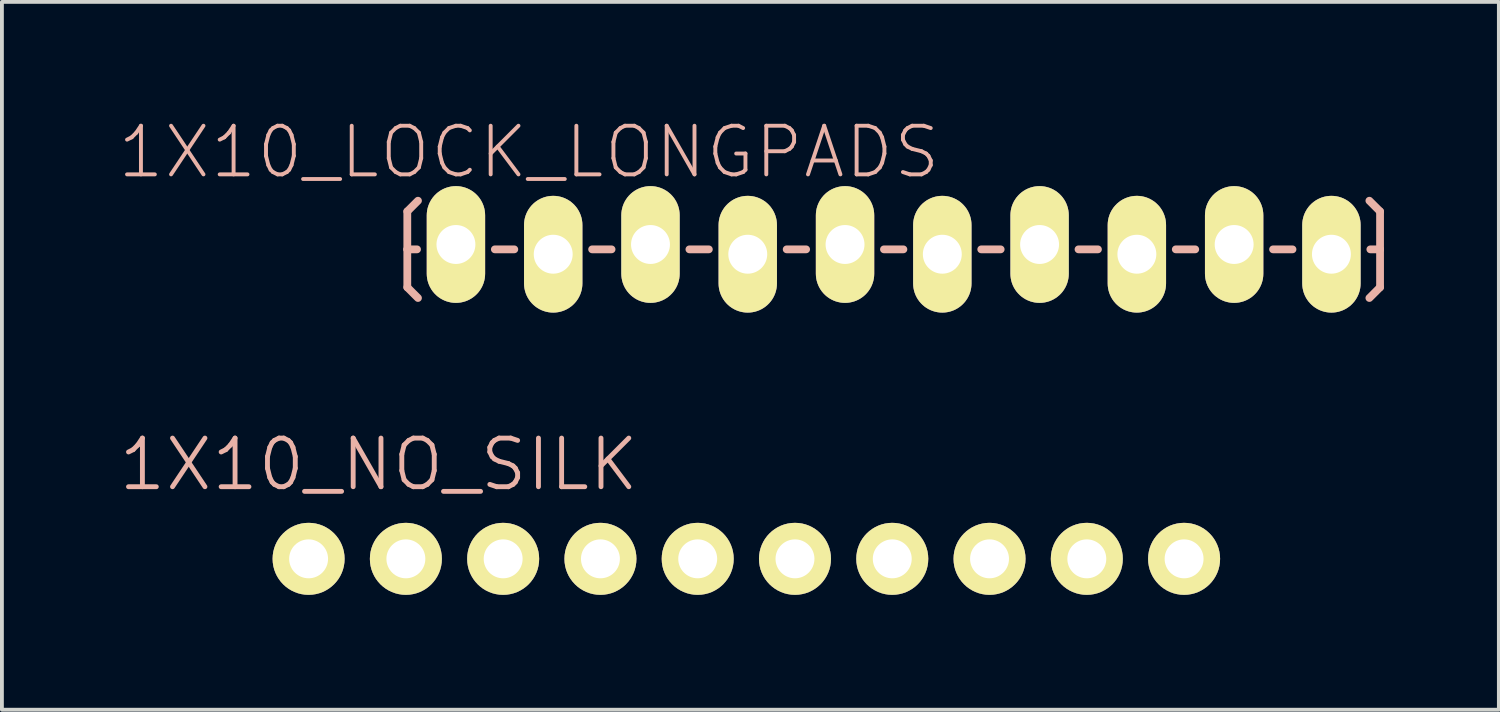
<source format=kicad_pcb>
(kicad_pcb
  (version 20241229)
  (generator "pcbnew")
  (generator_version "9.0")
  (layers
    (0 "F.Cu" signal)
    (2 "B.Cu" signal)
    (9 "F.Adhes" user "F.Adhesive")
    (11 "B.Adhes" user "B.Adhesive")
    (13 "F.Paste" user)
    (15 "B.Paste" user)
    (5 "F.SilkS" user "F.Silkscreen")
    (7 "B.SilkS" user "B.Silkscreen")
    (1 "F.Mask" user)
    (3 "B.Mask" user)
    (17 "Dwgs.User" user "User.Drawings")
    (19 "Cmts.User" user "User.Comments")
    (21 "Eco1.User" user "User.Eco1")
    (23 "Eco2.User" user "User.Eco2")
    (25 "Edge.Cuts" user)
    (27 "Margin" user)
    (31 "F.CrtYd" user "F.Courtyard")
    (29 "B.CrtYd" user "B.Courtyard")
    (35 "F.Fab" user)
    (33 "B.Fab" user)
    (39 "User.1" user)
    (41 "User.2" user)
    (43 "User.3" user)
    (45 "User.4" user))
  (footprint "1X10_NO_SILK"
    (layer "F.Cu")
    (at 5.008 11.542)
    (property "Reference" "1X10_NO_SILK" (at 1.829 -2.464 0) (layer "B.SilkS") (effects (font (size 1.27 1.27) (thickness 0.127))))
    (attr exclude_from_pos_files exclude_from_bom)
    (fp_line (start -0.254 -0.254) (end 0.254 -0.254) (stroke (width 0.066) (type solid)) (layer "F.SilkS"))
    (fp_line (start -0.254 0.254) (end -0.254 -0.254) (stroke (width 0.066) (type solid)) (layer "F.SilkS"))
    (fp_line (start -0.254 0.254) (end 0.254 0.254) (stroke (width 0.066) (type solid)) (layer "F.SilkS"))
    (fp_line (start 0.254 0.254) (end 0.254 -0.254) (stroke (width 0.066) (type solid)) (layer "F.SilkS"))
    (fp_line (start 2.286 -0.254) (end 2.794 -0.254) (stroke (width 0.066) (type solid)) (layer "F.SilkS"))
    (fp_line (start 2.286 0.254) (end 2.286 -0.254) (stroke (width 0.066) (type solid)) (layer "F.SilkS"))
    (fp_line (start 2.286 0.254) (end 2.794 0.254) (stroke (width 0.066) (type solid)) (layer "F.SilkS"))
    (fp_line (start 2.794 0.254) (end 2.794 -0.254) (stroke (width 0.066) (type solid)) (layer "F.SilkS"))
    (fp_line (start 4.826 -0.254) (end 5.334 -0.254) (stroke (width 0.066) (type solid)) (layer "F.SilkS"))
    (fp_line (start 4.826 0.254) (end 4.826 -0.254) (stroke (width 0.066) (type solid)) (layer "F.SilkS"))
    (fp_line (start 4.826 0.254) (end 5.334 0.254) (stroke (width 0.066) (type solid)) (layer "F.SilkS"))
    (fp_line (start 5.334 0.254) (end 5.334 -0.254) (stroke (width 0.066) (type solid)) (layer "F.SilkS"))
    (fp_line (start 7.366 -0.254) (end 7.874 -0.254) (stroke (width 0.066) (type solid)) (layer "F.SilkS"))
    (fp_line (start 7.366 0.254) (end 7.366 -0.254) (stroke (width 0.066) (type solid)) (layer "F.SilkS"))
    (fp_line (start 7.366 0.254) (end 7.874 0.254) (stroke (width 0.066) (type solid)) (layer "F.SilkS"))
    (fp_line (start 7.874 0.254) (end 7.874 -0.254) (stroke (width 0.066) (type solid)) (layer "F.SilkS"))
    (fp_line (start 9.906 -0.254) (end 10.414 -0.254) (stroke (width 0.066) (type solid)) (layer "F.SilkS"))
    (fp_line (start 9.906 0.254) (end 9.906 -0.254) (stroke (width 0.066) (type solid)) (layer "F.SilkS"))
    (fp_line (start 9.906 0.254) (end 10.414 0.254) (stroke (width 0.066) (type solid)) (layer "F.SilkS"))
    (fp_line (start 10.414 0.254) (end 10.414 -0.254) (stroke (width 0.066) (type solid)) (layer "F.SilkS"))
    (fp_line (start 12.446 -0.254) (end 12.954 -0.254) (stroke (width 0.066) (type solid)) (layer "F.SilkS"))
    (fp_line (start 12.446 0.254) (end 12.446 -0.254) (stroke (width 0.066) (type solid)) (layer "F.SilkS"))
    (fp_line (start 12.446 0.254) (end 12.954 0.254) (stroke (width 0.066) (type solid)) (layer "F.SilkS"))
    (fp_line (start 12.954 0.254) (end 12.954 -0.254) (stroke (width 0.066) (type solid)) (layer "F.SilkS"))
    (fp_line (start 14.986 -0.254) (end 15.494 -0.254) (stroke (width 0.066) (type solid)) (layer "F.SilkS"))
    (fp_line (start 14.986 0.254) (end 14.986 -0.254) (stroke (width 0.066) (type solid)) (layer "F.SilkS"))
    (fp_line (start 14.986 0.254) (end 15.494 0.254) (stroke (width 0.066) (type solid)) (layer "F.SilkS"))
    (fp_line (start 15.494 0.254) (end 15.494 -0.254) (stroke (width 0.066) (type solid)) (layer "F.SilkS"))
    (fp_line (start 17.523 -0.254) (end 18.034 -0.254) (stroke (width 0.066) (type solid)) (layer "F.SilkS"))
    (fp_line (start 17.523 0.254) (end 17.523 -0.254) (stroke (width 0.066) (type solid)) (layer "F.SilkS"))
    (fp_line (start 17.523 0.254) (end 18.034 0.254) (stroke (width 0.066) (type solid)) (layer "F.SilkS"))
    (fp_line (start 18.034 0.254) (end 18.034 -0.254) (stroke (width 0.066) (type solid)) (layer "F.SilkS"))
    (fp_line (start 20.066 -0.254) (end 20.574 -0.254) (stroke (width 0.066) (type solid)) (layer "F.SilkS"))
    (fp_line (start 20.066 0.254) (end 20.066 -0.254) (stroke (width 0.066) (type solid)) (layer "F.SilkS"))
    (fp_line (start 20.066 0.254) (end 20.574 0.254) (stroke (width 0.066) (type solid)) (layer "F.SilkS"))
    (fp_line (start 20.574 0.254) (end 20.574 -0.254) (stroke (width 0.066) (type solid)) (layer "F.SilkS"))
    (fp_line (start 22.606 -0.254) (end 23.114 -0.254) (stroke (width 0.066) (type solid)) (layer "F.SilkS"))
    (fp_line (start 22.606 0.254) (end 22.606 -0.254) (stroke (width 0.066) (type solid)) (layer "F.SilkS"))
    (fp_line (start 22.606 0.254) (end 23.114 0.254) (stroke (width 0.066) (type solid)) (layer "F.SilkS"))
    (fp_line (start 23.114 0.254) (end 23.114 -0.254) (stroke (width 0.066) (type solid)) (layer "F.SilkS"))
    (pad "1" thru_hole circle (at 0 0) (size 1.88 1.88) (drill 1.016) (layers "*.Cu" "F.Mask" "F.SilkS" "F.Paste"))
    (pad "2" thru_hole circle (at 2.54 0) (size 1.88 1.88) (drill 1.016) (layers "*.Cu" "F.Mask" "F.SilkS" "F.Paste"))
    (pad "3" thru_hole circle (at 5.08 0) (size 1.88 1.88) (drill 1.016) (layers "*.Cu" "F.Mask" "F.SilkS" "F.Paste"))
    (pad "4" thru_hole circle (at 7.62 0) (size 1.88 1.88) (drill 1.016) (layers "*.Cu" "F.Mask" "F.SilkS" "F.Paste"))
    (pad "5" thru_hole circle (at 10.16 0) (size 1.88 1.88) (drill 1.016) (layers "*.Cu" "F.Mask" "F.SilkS" "F.Paste"))
    (pad "6" thru_hole circle (at 12.7 0) (size 1.88 1.88) (drill 1.016) (layers "*.Cu" "F.Mask" "F.SilkS" "F.Paste"))
    (pad "7" thru_hole circle (at 15.24 0) (size 1.88 1.88) (drill 1.016) (layers "*.Cu" "F.Mask" "F.SilkS" "F.Paste"))
    (pad "8" thru_hole circle (at 17.78 0) (size 1.88 1.88) (drill 1.016) (layers "*.Cu" "F.Mask" "F.SilkS" "F.Paste"))
    (pad "9" thru_hole circle (at 20.32 0) (size 1.88 1.88) (drill 1.016) (layers "*.Cu" "F.Mask" "F.SilkS" "F.Paste"))
    (pad "10" thru_hole circle (at 22.86 0) (size 1.88 1.88) (drill 1.016) (layers "*.Cu" "F.Mask" "F.SilkS" "F.Paste")))
  (footprint "1X10_LOCK_LONGPADS"
    (layer "F.Cu")
    (at 8.855 3.461)
    (property "Reference" "1X10_LOCK_LONGPADS" (at 1.905 -2.54 0) (layer "B.SilkS") (effects (font (size 1.27 1.27) (thickness 0.102))))
    (attr exclude_from_pos_files exclude_from_bom)
    (fp_line (start -0.292 -0.292) (end 0.292 -0.292) (stroke (width 0.066) (type solid)) (layer "F.SilkS"))
    (fp_line (start -0.292 0.292) (end -0.292 -0.292) (stroke (width 0.066) (type solid)) (layer "F.SilkS"))
    (fp_line (start -0.292 0.292) (end 0.292 0.292) (stroke (width 0.066) (type solid)) (layer "F.SilkS"))
    (fp_line (start 0.292 0.292) (end 0.292 -0.292) (stroke (width 0.066) (type solid)) (layer "F.SilkS"))
    (fp_line (start 2.248 -0.292) (end 2.832 -0.292) (stroke (width 0.066) (type solid)) (layer "F.SilkS"))
    (fp_line (start 2.248 0.292) (end 2.248 -0.292) (stroke (width 0.066) (type solid)) (layer "F.SilkS"))
    (fp_line (start 2.248 0.292) (end 2.832 0.292) (stroke (width 0.066) (type solid)) (layer "F.SilkS"))
    (fp_line (start 2.832 0.292) (end 2.832 -0.292) (stroke (width 0.066) (type solid)) (layer "F.SilkS"))
    (fp_line (start 4.788 -0.292) (end 5.372 -0.292) (stroke (width 0.066) (type solid)) (layer "F.SilkS"))
    (fp_line (start 4.788 0.292) (end 4.788 -0.292) (stroke (width 0.066) (type solid)) (layer "F.SilkS"))
    (fp_line (start 4.788 0.292) (end 5.372 0.292) (stroke (width 0.066) (type solid)) (layer "F.SilkS"))
    (fp_line (start 5.372 0.292) (end 5.372 -0.292) (stroke (width 0.066) (type solid)) (layer "F.SilkS"))
    (fp_line (start 7.328 -0.292) (end 7.912 -0.292) (stroke (width 0.066) (type solid)) (layer "F.SilkS"))
    (fp_line (start 7.328 0.292) (end 7.328 -0.292) (stroke (width 0.066) (type solid)) (layer "F.SilkS"))
    (fp_line (start 7.328 0.292) (end 7.912 0.292) (stroke (width 0.066) (type solid)) (layer "F.SilkS"))
    (fp_line (start 7.912 0.292) (end 7.912 -0.292) (stroke (width 0.066) (type solid)) (layer "F.SilkS"))
    (fp_line (start 9.868 -0.292) (end 10.452 -0.292) (stroke (width 0.066) (type solid)) (layer "F.SilkS"))
    (fp_line (start 9.868 0.292) (end 9.868 -0.292) (stroke (width 0.066) (type solid)) (layer "F.SilkS"))
    (fp_line (start 9.868 0.292) (end 10.452 0.292) (stroke (width 0.066) (type solid)) (layer "F.SilkS"))
    (fp_line (start 10.452 0.292) (end 10.452 -0.292) (stroke (width 0.066) (type solid)) (layer "F.SilkS"))
    (fp_line (start 12.408 -0.292) (end 12.992 -0.292) (stroke (width 0.066) (type solid)) (layer "F.SilkS"))
    (fp_line (start 12.408 0.292) (end 12.408 -0.292) (stroke (width 0.066) (type solid)) (layer "F.SilkS"))
    (fp_line (start 12.408 0.292) (end 12.992 0.292) (stroke (width 0.066) (type solid)) (layer "F.SilkS"))
    (fp_line (start 12.992 0.292) (end 12.992 -0.292) (stroke (width 0.066) (type solid)) (layer "F.SilkS"))
    (fp_line (start 14.948 -0.292) (end 15.532 -0.292) (stroke (width 0.066) (type solid)) (layer "F.SilkS"))
    (fp_line (start 14.948 0.292) (end 14.948 -0.292) (stroke (width 0.066) (type solid)) (layer "F.SilkS"))
    (fp_line (start 14.948 0.292) (end 15.532 0.292) (stroke (width 0.066) (type solid)) (layer "F.SilkS"))
    (fp_line (start 15.532 0.292) (end 15.532 -0.292) (stroke (width 0.066) (type solid)) (layer "F.SilkS"))
    (fp_line (start 17.488 -0.292) (end 18.072 -0.292) (stroke (width 0.066) (type solid)) (layer "F.SilkS"))
    (fp_line (start 17.488 0.292) (end 17.488 -0.292) (stroke (width 0.066) (type solid)) (layer "F.SilkS"))
    (fp_line (start 17.488 0.292) (end 18.072 0.292) (stroke (width 0.066) (type solid)) (layer "F.SilkS"))
    (fp_line (start 18.072 0.292) (end 18.072 -0.292) (stroke (width 0.066) (type solid)) (layer "F.SilkS"))
    (fp_line (start 20.028 -0.292) (end 20.612 -0.292) (stroke (width 0.066) (type solid)) (layer "F.SilkS"))
    (fp_line (start 20.028 0.292) (end 20.028 -0.292) (stroke (width 0.066) (type solid)) (layer "F.SilkS"))
    (fp_line (start 20.028 0.292) (end 20.612 0.292) (stroke (width 0.066) (type solid)) (layer "F.SilkS"))
    (fp_line (start 20.612 0.292) (end 20.612 -0.292) (stroke (width 0.066) (type solid)) (layer "F.SilkS"))
    (fp_line (start 22.568 -0.292) (end 23.152 -0.292) (stroke (width 0.066) (type solid)) (layer "F.SilkS"))
    (fp_line (start 22.568 0.292) (end 22.568 -0.292) (stroke (width 0.066) (type solid)) (layer "F.SilkS"))
    (fp_line (start 22.568 0.292) (end 23.152 0.292) (stroke (width 0.066) (type solid)) (layer "F.SilkS"))
    (fp_line (start 23.152 0.292) (end 23.152 -0.292) (stroke (width 0.066) (type solid)) (layer "F.SilkS"))
    (fp_line (start -1.27 -0.991) (end -0.991 -1.27) (stroke (width 0.203) (type solid)) (layer "B.SilkS"))
    (fp_line (start -1.27 0) (end -1.27 -0.991) (stroke (width 0.203) (type solid)) (layer "B.SilkS"))
    (fp_line (start -1.27 0) (end -1.27 0.991) (stroke (width 0.203) (type solid)) (layer "B.SilkS"))
    (fp_line (start -1.27 0) (end -1.016 0) (stroke (width 0.203) (type solid)) (layer "B.SilkS"))
    (fp_line (start -1.27 0.991) (end -0.991 1.27) (stroke (width 0.203) (type solid)) (layer "B.SilkS"))
    (fp_line (start 1.524 0) (end 1.016 0) (stroke (width 0.203) (type solid)) (layer "B.SilkS"))
    (fp_line (start 4.064 0) (end 3.556 0) (stroke (width 0.203) (type solid)) (layer "B.SilkS"))
    (fp_line (start 6.604 0) (end 6.096 0) (stroke (width 0.203) (type solid)) (layer "B.SilkS"))
    (fp_line (start 9.144 0) (end 8.636 0) (stroke (width 0.203) (type solid)) (layer "B.SilkS"))
    (fp_line (start 11.684 0) (end 11.176 0) (stroke (width 0.203) (type solid)) (layer "B.SilkS"))
    (fp_line (start 14.224 0) (end 13.716 0) (stroke (width 0.203) (type solid)) (layer "B.SilkS"))
    (fp_line (start 16.764 0) (end 16.256 0) (stroke (width 0.203) (type solid)) (layer "B.SilkS"))
    (fp_line (start 19.304 0) (end 18.796 0) (stroke (width 0.203) (type solid)) (layer "B.SilkS"))
    (fp_line (start 21.844 0) (end 21.336 0) (stroke (width 0.203) (type solid)) (layer "B.SilkS"))
    (fp_line (start 24.13 -0.991) (end 23.851 -1.27) (stroke (width 0.203) (type solid)) (layer "B.SilkS"))
    (fp_line (start 24.13 0) (end 23.876 0) (stroke (width 0.203) (type solid)) (layer "B.SilkS"))
    (fp_line (start 24.13 0) (end 24.13 -0.991) (stroke (width 0.203) (type solid)) (layer "B.SilkS"))
    (fp_line (start 24.13 0) (end 24.13 0.991) (stroke (width 0.203) (type solid)) (layer "B.SilkS"))
    (fp_line (start 24.13 0.991) (end 23.851 1.27) (stroke (width 0.203) (type solid)) (layer "B.SilkS"))
    (pad "1" thru_hole oval (at 0 -0.127 180) (size 1.524 3.048) (drill 1.016) (layers "*.Cu" "F.Mask" "F.SilkS" "F.Paste"))
    (pad "2" thru_hole oval (at 2.54 0.127 180) (size 1.524 3.048) (drill 1.016) (layers "*.Cu" "F.Mask" "F.SilkS" "F.Paste"))
    (pad "3" thru_hole oval (at 5.08 -0.127 180) (size 1.524 3.048) (drill 1.016) (layers "*.Cu" "F.Mask" "F.SilkS" "F.Paste"))
    (pad "4" thru_hole oval (at 7.62 0.127 180) (size 1.524 3.048) (drill 1.016) (layers "*.Cu" "F.Mask" "F.SilkS" "F.Paste"))
    (pad "5" thru_hole oval (at 10.16 -0.127 180) (size 1.524 3.048) (drill 1.016) (layers "*.Cu" "F.Mask" "F.SilkS" "F.Paste"))
    (pad "6" thru_hole oval (at 12.7 0.127 180) (size 1.524 3.048) (drill 1.016) (layers "*.Cu" "F.Mask" "F.SilkS" "F.Paste"))
    (pad "7" thru_hole oval (at 15.24 -0.127 180) (size 1.524 3.048) (drill 1.016) (layers "*.Cu" "F.Mask" "F.SilkS" "F.Paste"))
    (pad "8" thru_hole oval (at 17.78 0.127 180) (size 1.524 3.048) (drill 1.016) (layers "*.Cu" "F.Mask" "F.SilkS" "F.Paste"))
    (pad "9" thru_hole oval (at 20.32 -0.127 180) (size 1.524 3.048) (drill 1.016) (layers "*.Cu" "F.Mask" "F.SilkS" "F.Paste"))
    (pad "10" thru_hole oval (at 22.86 0.127 180) (size 1.524 3.048) (drill 1.016) (layers "*.Cu" "F.Mask" "F.SilkS" "F.Paste")))
  (gr_rect
    (start -3 -3)
    (end 36.087 15.482)
    (stroke (width 0.1) (type default))
    (fill no)
    (layer "Edge.Cuts")))
</source>
